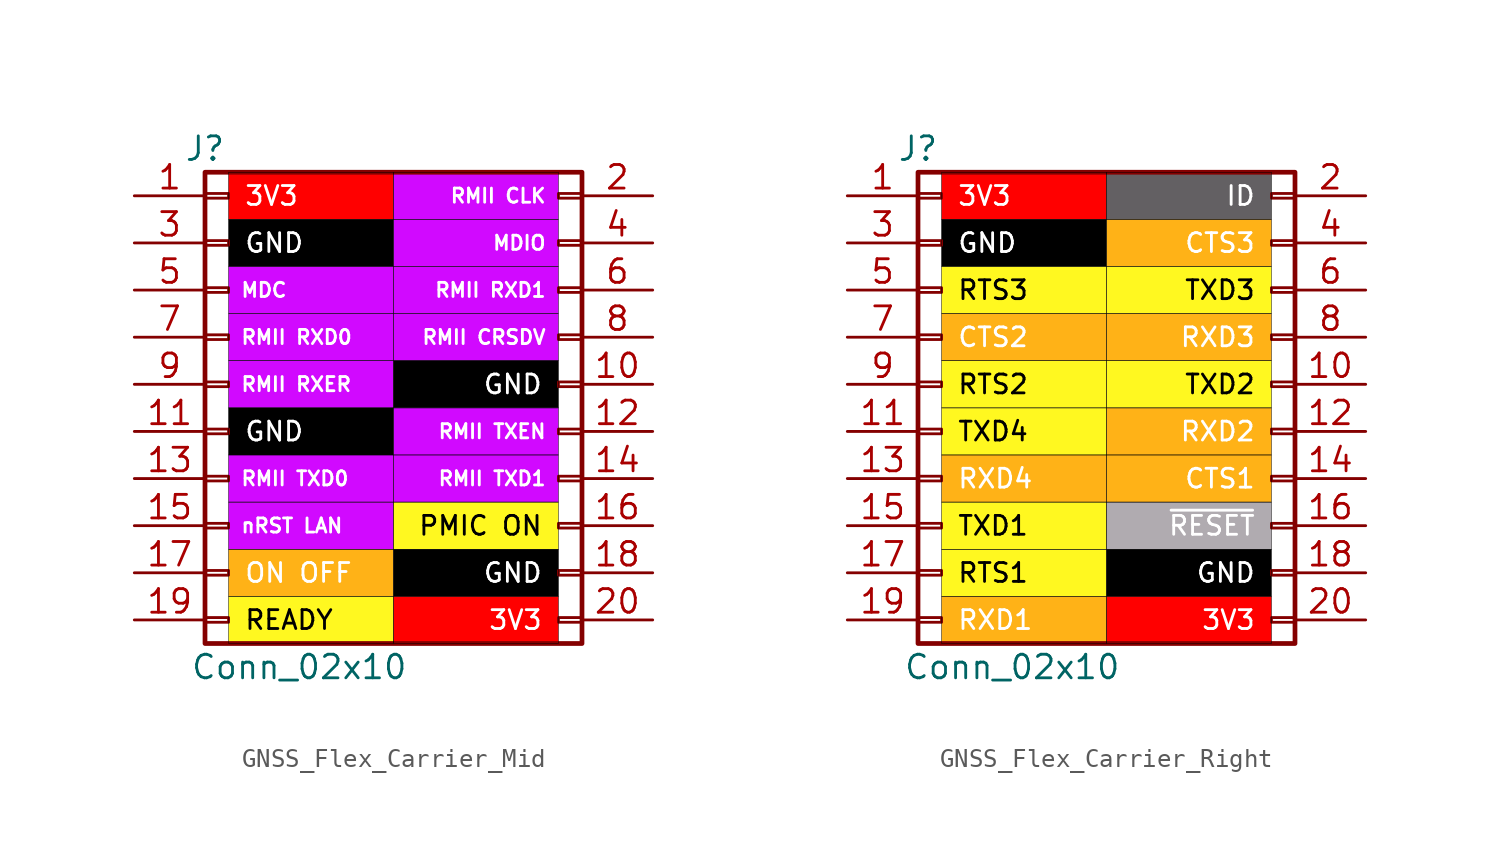
<source format=kicad_sym>
(kicad_symbol_lib
  (version 20241209)
  (generator "kicad_symbol_editor")
  (generator_version "9.0")
  (symbol "GNSS_Flex_Carrier_Mid"
    (pin_names
      (offset 1.016)
      (hide yes))
    (property "Reference" "J"
      (at -10.16 12.7 0)
      (effects (font (size 1.27 1.27))))
    (property "Value" "Conn_02x10"
      (at -5.08 -15.24 0)
      (effects (font (size 1.27 1.27))))
    (symbol "GNSS_Flex_Carrier_Mid_1_1"
      (rectangle (start -10.16 11.43) (end 10.16 -13.97) (stroke (width 0.254) (type default)) (fill (type none)))
      (rectangle (start -10.16 10.287) (end -8.89 10.033) (stroke (width 0.152) (type default)) (fill (type none)))
      (rectangle (start -10.16 7.747) (end -8.89 7.493) (stroke (width 0.152) (type default)) (fill (type none)))
      (rectangle (start -10.16 5.207) (end -8.89 4.953) (stroke (width 0.152) (type default)) (fill (type none)))
      (rectangle (start -10.16 2.667) (end -8.89 2.413) (stroke (width 0.152) (type default)) (fill (type none)))
      (rectangle (start -10.16 0.127) (end -8.89 -0.127) (stroke (width 0.152) (type default)) (fill (type none)))
      (rectangle (start -10.16 -2.413) (end -8.89 -2.667) (stroke (width 0.152) (type default)) (fill (type none)))
      (rectangle (start -10.16 -4.953) (end -8.89 -5.207) (stroke (width 0.152) (type default)) (fill (type none)))
      (rectangle (start -10.16 -7.493) (end -8.89 -7.747) (stroke (width 0.152) (type default)) (fill (type none)))
      (rectangle (start -10.16 -10.033) (end -8.89 -10.287) (stroke (width 0.152) (type default)) (fill (type none)))
      (rectangle (start -10.16 -12.573) (end -8.89 -12.827) (stroke (width 0.152) (type default)) (fill (type none)))
      (rectangle (start 8.89 10.287) (end 10.16 10.033) (stroke (width 0.152) (type default)) (fill (type none)))
      (rectangle (start 8.89 7.747) (end 10.16 7.493) (stroke (width 0.152) (type default)) (fill (type none)))
      (rectangle (start 8.89 5.207) (end 10.16 4.953) (stroke (width 0.152) (type default)) (fill (type none)))
      (rectangle (start 8.89 2.667) (end 10.16 2.413) (stroke (width 0.152) (type default)) (fill (type none)))
      (rectangle (start 8.89 0.127) (end 10.16 -0.127) (stroke (width 0.152) (type default)) (fill (type none)))
      (rectangle (start 8.89 -2.413) (end 10.16 -2.667) (stroke (width 0.152) (type default)) (fill (type none)))
      (rectangle (start 8.89 -4.953) (end 10.16 -5.207) (stroke (width 0.152) (type default)) (fill (type none)))
      (rectangle (start 8.89 -7.493) (end 10.16 -7.747) (stroke (width 0.152) (type default)) (fill (type none)))
      (rectangle (start 8.89 -10.033) (end 10.16 -10.287) (stroke (width 0.152) (type default)) (fill (type none)))
      (rectangle (start 8.89 -12.573) (end 10.16 -12.827) (stroke (width 0.152) (type default)) (fill (type none)))
      (text_box "3V3" (at -8.89 11.43 0) (size 8.89 -2.54) (margins 0.813 0.813 0.813 0.813) (stroke (width 0.025) (type default) (color 0 0 1 1)) (fill (type color) (color 255 0 0 1)) (effects (font (size 1.016 1.016) (color 255 255 255 1)) (justify left)))
      (text_box "GND" (at -8.89 8.89 0) (size 8.89 -2.54) (margins 0.813 0.813 0.813 0.813) (stroke (width 0.025) (type default) (color 0 0 1 1)) (fill (type color) (color 0 0 0 1)) (effects (font (size 1.016 1.016) (color 255 255 255 1)) (justify left)))
      (text_box "MDC" (at -8.89 6.35 0) (size 8.89 -2.54) (margins 0.61 0.61 0.61 0.61) (stroke (width 0.025) (type default) (color 0 0 1 1)) (fill (type color) (color 209 9 255 1)) (effects (font (size 0.762 0.762) (color 255 255 255 1)) (justify left)))
      (text_box "RMII RXD0" (at -8.89 3.81 0) (size 8.89 -2.54) (margins 0.61 0.61 0.61 0.61) (stroke (width 0.025) (type default) (color 0 0 1 1)) (fill (type color) (color 209 9 255 1)) (effects (font (size 0.762 0.762) (color 255 255 255 1)) (justify left)))
      (text_box "RMII RXER" (at -8.89 1.27 0) (size 8.89 -2.54) (margins 0.61 0.61 0.61 0.61) (stroke (width 0.025) (type default) (color 0 0 1 1)) (fill (type color) (color 209 9 255 1)) (effects (font (size 0.762 0.762) (color 255 255 255 1)) (justify left)))
      (text_box "GND" (at -8.89 -1.27 0) (size 8.89 -2.54) (margins 0.813 0.813 0.813 0.813) (stroke (width 0.025) (type default) (color 0 0 1 1)) (fill (type color) (color 0 0 0 1)) (effects (font (size 1.016 1.016) (color 255 255 255 1)) (justify left)))
      (text_box "RMII TXD0" (at -8.89 -3.81 0) (size 8.89 -2.54) (margins 0.61 0.61 0.61 0.61) (stroke (width 0.025) (type default) (color 0 0 1 1)) (fill (type color) (color 209 9 255 1)) (effects (font (size 0.762 0.762) (color 255 255 255 1)) (justify left)))
      (text_box "nRST LAN" (at -8.89 -6.35 0) (size 8.89 -2.54) (margins 0.61 0.61 0.61 0.61) (stroke (width 0.025) (type default) (color 0 0 1 1)) (fill (type color) (color 209 9 255 1)) (effects (font (size 0.762 0.762) (color 255 255 255 1)) (justify left)))
      (text_box "ON OFF" (at -8.89 -8.89 0) (size 8.89 -2.54) (margins 0.813 0.813 0.813 0.813) (stroke (width 0.025) (type default) (color 0 0 1 1)) (fill (type color) (color 255 178 23 1)) (effects (font (size 1.016 1.016) (color 255 255 255 1)) (justify left)))
      (text_box "READY" (at -8.89 -11.43 0) (size 8.89 -2.54) (margins 0.813 0.813 0.813 0.813) (stroke (width 0.025) (type default) (color 0 0 1 1)) (fill (type color) (color 255 248 32 1)) (effects (font (size 1.016 1.016) (color 0 0 0 1)) (justify left)))
      (text_box "RMII CLK" (at 0 11.43 0) (size 8.89 -2.54) (margins 0.61 0.61 0.61 0.61) (stroke (width 0.025) (type default) (color 0 0 1 1)) (fill (type color) (color 209 9 255 1)) (effects (font (size 0.762 0.762) (color 255 255 255 1)) (justify right)))
      (text_box "MDIO" (at 0 8.89 0) (size 8.89 -2.54) (margins 0.61 0.61 0.61 0.61) (stroke (width 0.025) (type default) (color 0 0 1 1)) (fill (type color) (color 209 9 255 1)) (effects (font (size 0.762 0.762) (color 255 255 255 1)) (justify right)))
      (text_box "RMII RXD1" (at 0 6.35 0) (size 8.89 -2.54) (margins 0.61 0.61 0.61 0.61) (stroke (width 0.025) (type default) (color 0 0 1 1)) (fill (type color) (color 209 9 255 1)) (effects (font (size 0.762 0.762) (color 255 255 255 1)) (justify right)))
      (text_box "RMII CRSDV" (at 0 3.81 0) (size 8.89 -2.54) (margins 0.61 0.61 0.61 0.61) (stroke (width 0.025) (type default) (color 0 0 1 1)) (fill (type color) (color 209 9 255 1)) (effects (font (size 0.762 0.762) (color 255 255 255 1)) (justify right)))
      (text_box "GND" (at 0 1.27 0) (size 8.89 -2.54) (margins 0.813 0.813 0.813 0.813) (stroke (width 0.025) (type default) (color 0 0 1 1)) (fill (type color) (color 0 0 0 1)) (effects (font (size 1.016 1.016) (color 255 255 255 1)) (justify right)))
      (text_box "RMII TXEN" (at 0 -1.27 0) (size 8.89 -2.54) (margins 0.61 0.61 0.61 0.61) (stroke (width 0.025) (type default) (color 0 0 1 1)) (fill (type color) (color 209 9 255 1)) (effects (font (size 0.762 0.762) (color 255 255 255 1)) (justify right)))
      (text_box "RMII TXD1" (at 0 -3.81 0) (size 8.89 -2.54) (margins 0.61 0.61 0.61 0.61) (stroke (width 0.025) (type default) (color 0 0 1 1)) (fill (type color) (color 209 9 255 1)) (effects (font (size 0.762 0.762) (color 255 255 255 1)) (justify right)))
      (text_box "PMIC ON" (at 0 -6.35 0) (size 8.89 -2.54) (margins 0.813 0.813 0.813 0.813) (stroke (width 0.025) (type default) (color 0 0 1 1)) (fill (type color) (color 255 248 32 1)) (effects (font (size 1.016 1.016) (color 0 0 0 1)) (justify right)))
      (text_box "GND" (at 0 -8.89 0) (size 8.89 -2.54) (margins 0.813 0.813 0.813 0.813) (stroke (width 0.025) (type default) (color 0 0 1 1)) (fill (type color) (color 0 0 0 1)) (effects (font (size 1.016 1.016) (color 255 255 255 1)) (justify right)))
      (text_box "3V3" (at 0 -11.43 0) (size 8.89 -2.54) (margins 0.813 0.813 0.813 0.813) (stroke (width 0.025) (type default) (color 0 0 1 1)) (fill (type color) (color 255 0 0 1)) (effects (font (size 1.016 1.016) (color 255 255 255 1)) (justify right)))
      (pin passive line (at -13.97 10.16 0) (length 3.81) (name "Pin_1" (effects (font (size 1.27 1.27)))) (number "1" (effects (font (size 1.27 1.27)))))
      (pin passive line (at -13.97 7.62 0) (length 3.81) (name "Pin_3" (effects (font (size 1.27 1.27)))) (number "3" (effects (font (size 1.27 1.27)))))
      (pin passive line (at -13.97 5.08 0) (length 3.81) (name "Pin_5" (effects (font (size 1.27 1.27)))) (number "5" (effects (font (size 1.27 1.27)))))
      (pin passive line (at -13.97 2.54 0) (length 3.81) (name "Pin_7" (effects (font (size 1.27 1.27)))) (number "7" (effects (font (size 1.27 1.27)))))
      (pin passive line (at -13.97 0 0) (length 3.81) (name "Pin_9" (effects (font (size 1.27 1.27)))) (number "9" (effects (font (size 1.27 1.27)))))
      (pin passive line (at -13.97 -2.54 0) (length 3.81) (name "Pin_11" (effects (font (size 1.27 1.27)))) (number "11" (effects (font (size 1.27 1.27)))))
      (pin passive line (at -13.97 -5.08 0) (length 3.81) (name "Pin_13" (effects (font (size 1.27 1.27)))) (number "13" (effects (font (size 1.27 1.27)))))
      (pin passive line (at -13.97 -7.62 0) (length 3.81) (name "Pin_15" (effects (font (size 1.27 1.27)))) (number "15" (effects (font (size 1.27 1.27)))))
      (pin passive line (at -13.97 -10.16 0) (length 3.81) (name "Pin_17" (effects (font (size 1.27 1.27)))) (number "17" (effects (font (size 1.27 1.27)))))
      (pin passive line (at -13.97 -12.7 0) (length 3.81) (name "Pin_19" (effects (font (size 1.27 1.27)))) (number "19" (effects (font (size 1.27 1.27)))))
      (pin passive line (at 13.97 10.16 180) (length 3.81) (name "Pin_2" (effects (font (size 1.27 1.27)))) (number "2" (effects (font (size 1.27 1.27)))))
      (pin passive line (at 13.97 7.62 180) (length 3.81) (name "Pin_4" (effects (font (size 1.27 1.27)))) (number "4" (effects (font (size 1.27 1.27)))))
      (pin passive line (at 13.97 5.08 180) (length 3.81) (name "Pin_6" (effects (font (size 1.27 1.27)))) (number "6" (effects (font (size 1.27 1.27)))))
      (pin passive line (at 13.97 2.54 180) (length 3.81) (name "Pin_8" (effects (font (size 1.27 1.27)))) (number "8" (effects (font (size 1.27 1.27)))))
      (pin passive line (at 13.97 0 180) (length 3.81) (name "Pin_10" (effects (font (size 1.27 1.27)))) (number "10" (effects (font (size 1.27 1.27)))))
      (pin passive line (at 13.97 -2.54 180) (length 3.81) (name "Pin_12" (effects (font (size 1.27 1.27)))) (number "12" (effects (font (size 1.27 1.27)))))
      (pin passive line (at 13.97 -5.08 180) (length 3.81) (name "Pin_14" (effects (font (size 1.27 1.27)))) (number "14" (effects (font (size 1.27 1.27)))))
      (pin passive line (at 13.97 -7.62 180) (length 3.81) (name "Pin_16" (effects (font (size 1.27 1.27)))) (number "16" (effects (font (size 1.27 1.27)))))
      (pin passive line (at 13.97 -10.16 180) (length 3.81) (name "Pin_18" (effects (font (size 1.27 1.27)))) (number "18" (effects (font (size 1.27 1.27)))))
      (pin passive line (at 13.97 -12.7 180) (length 3.81) (name "Pin_20" (effects (font (size 1.27 1.27)))) (number "20" (effects (font (size 1.27 1.27)))))))
  (symbol "GNSS_Flex_Carrier_Right"
    (pin_names
      (offset 1.016)
      (hide yes))
    (property "Reference" "J"
      (at -10.16 12.7 0)
      (effects (font (size 1.27 1.27))))
    (property "Value" "Conn_02x10"
      (at -5.08 -15.24 0)
      (effects (font (size 1.27 1.27))))
    (symbol "GNSS_Flex_Carrier_Right_1_1"
      (rectangle (start -10.16 11.43) (end 10.16 -13.97) (stroke (width 0.254) (type default)) (fill (type none)))
      (rectangle (start -10.16 10.287) (end -8.89 10.033) (stroke (width 0.152) (type default)) (fill (type none)))
      (rectangle (start -10.16 7.747) (end -8.89 7.493) (stroke (width 0.152) (type default)) (fill (type none)))
      (rectangle (start -10.16 5.207) (end -8.89 4.953) (stroke (width 0.152) (type default)) (fill (type none)))
      (rectangle (start -10.16 2.667) (end -8.89 2.413) (stroke (width 0.152) (type default)) (fill (type none)))
      (rectangle (start -10.16 0.127) (end -8.89 -0.127) (stroke (width 0.152) (type default)) (fill (type none)))
      (rectangle (start -10.16 -2.413) (end -8.89 -2.667) (stroke (width 0.152) (type default)) (fill (type none)))
      (rectangle (start -10.16 -4.953) (end -8.89 -5.207) (stroke (width 0.152) (type default)) (fill (type none)))
      (rectangle (start -10.16 -7.493) (end -8.89 -7.747) (stroke (width 0.152) (type default)) (fill (type none)))
      (rectangle (start -10.16 -10.033) (end -8.89 -10.287) (stroke (width 0.152) (type default)) (fill (type none)))
      (rectangle (start -10.16 -12.573) (end -8.89 -12.827) (stroke (width 0.152) (type default)) (fill (type none)))
      (rectangle (start 8.89 10.287) (end 10.16 10.033) (stroke (width 0.152) (type default)) (fill (type none)))
      (rectangle (start 8.89 7.747) (end 10.16 7.493) (stroke (width 0.152) (type default)) (fill (type none)))
      (rectangle (start 8.89 5.207) (end 10.16 4.953) (stroke (width 0.152) (type default)) (fill (type none)))
      (rectangle (start 8.89 2.667) (end 10.16 2.413) (stroke (width 0.152) (type default)) (fill (type none)))
      (rectangle (start 8.89 0.127) (end 10.16 -0.127) (stroke (width 0.152) (type default)) (fill (type none)))
      (rectangle (start 8.89 -2.413) (end 10.16 -2.667) (stroke (width 0.152) (type default)) (fill (type none)))
      (rectangle (start 8.89 -4.953) (end 10.16 -5.207) (stroke (width 0.152) (type default)) (fill (type none)))
      (rectangle (start 8.89 -7.493) (end 10.16 -7.747) (stroke (width 0.152) (type default)) (fill (type none)))
      (rectangle (start 8.89 -10.033) (end 10.16 -10.287) (stroke (width 0.152) (type default)) (fill (type none)))
      (rectangle (start 8.89 -12.573) (end 10.16 -12.827) (stroke (width 0.152) (type default)) (fill (type none)))
      (text_box "3V3" (at -8.89 11.43 0) (size 8.89 -2.54) (margins 0.813 0.813 0.813 0.813) (stroke (width 0.025) (type default) (color 0 0 1 1)) (fill (type color) (color 255 0 0 1)) (effects (font (size 1.016 1.016) (color 255 255 255 1)) (justify left)))
      (text_box "GND" (at -8.89 8.89 0) (size 8.89 -2.54) (margins 0.813 0.813 0.813 0.813) (stroke (width 0.025) (type default) (color 0 0 1 1)) (fill (type color) (color 0 0 0 1)) (effects (font (size 1.016 1.016) (color 255 255 255 1)) (justify left)))
      (text_box "RTS3" (at -8.89 6.35 0) (size 8.89 -2.54) (margins 0.813 0.813 0.813 0.813) (stroke (width 0.025) (type default) (color 0 0 1 1)) (fill (type color) (color 255 248 32 1)) (effects (font (size 1.016 1.016) (color 0 0 0 1)) (justify left)))
      (text_box "CTS2" (at -8.89 3.81 0) (size 8.89 -2.54) (margins 0.813 0.813 0.813 0.813) (stroke (width 0.025) (type default) (color 0 0 1 1)) (fill (type color) (color 255 178 23 1)) (effects (font (size 1.016 1.016) (color 255 255 255 1)) (justify left)))
      (text_box "RTS2" (at -8.89 1.27 0) (size 8.89 -2.54) (margins 0.813 0.813 0.813 0.813) (stroke (width 0.025) (type default) (color 0 0 1 1)) (fill (type color) (color 255 248 32 1)) (effects (font (size 1.016 1.016) (color 0 0 0 1)) (justify left)))
      (text_box "TXD4" (at -8.89 -1.27 0) (size 8.89 -2.54) (margins 0.813 0.813 0.813 0.813) (stroke (width 0.025) (type default) (color 0 0 1 1)) (fill (type color) (color 255 248 32 1)) (effects (font (size 1.016 1.016) (color 0 0 0 1)) (justify left)))
      (text_box "RXD4" (at -8.89 -3.81 0) (size 8.89 -2.54) (margins 0.813 0.813 0.813 0.813) (stroke (width 0.025) (type default) (color 0 0 1 1)) (fill (type color) (color 255 178 23 1)) (effects (font (size 1.016 1.016) (color 255 255 255 1)) (justify left)))
      (text_box "TXD1" (at -8.89 -6.35 0) (size 8.89 -2.54) (margins 0.813 0.813 0.813 0.813) (stroke (width 0.025) (type default) (color 0 0 1 1)) (fill (type color) (color 255 248 32 1)) (effects (font (size 1.016 1.016) (color 0 0 0 1)) (justify left)))
      (text_box "RTS1" (at -8.89 -8.89 0) (size 8.89 -2.54) (margins 0.813 0.813 0.813 0.813) (stroke (width 0.025) (type default) (color 0 0 1 1)) (fill (type color) (color 255 248 32 1)) (effects (font (size 1.016 1.016) (color 0 0 0 1)) (justify left)))
      (text_box "RXD1" (at -8.89 -11.43 0) (size 8.89 -2.54) (margins 0.813 0.813 0.813 0.813) (stroke (width 0.025) (type default) (color 0 0 1 1)) (fill (type color) (color 255 178 23 1)) (effects (font (size 1.016 1.016) (color 255 255 255 1)) (justify left)))
      (text_box "ID" (at 0 11.43 0) (size 8.89 -2.54) (margins 0.813 0.813 0.813 0.813) (stroke (width 0.025) (type default) (color 0 0 1 1)) (fill (type color) (color 99 96 99 1)) (effects (font (size 1.016 1.016) (color 255 255 255 1)) (justify right)))
      (text_box "CTS3" (at 0 8.89 0) (size 8.89 -2.54) (margins 0.813 0.813 0.813 0.813) (stroke (width 0.025) (type default) (color 0 0 1 1)) (fill (type color) (color 255 178 23 1)) (effects (font (size 1.016 1.016) (color 255 255 255 1)) (justify right)))
      (text_box "TXD3" (at 0 6.35 0) (size 8.89 -2.54) (margins 0.813 0.813 0.813 0.813) (stroke (width 0.025) (type default) (color 0 0 1 1)) (fill (type color) (color 255 248 32 1)) (effects (font (size 1.016 1.016) (color 0 0 0 1)) (justify right)))
      (text_box "RXD3" (at 0 3.81 0) (size 8.89 -2.54) (margins 0.813 0.813 0.813 0.813) (stroke (width 0.025) (type default) (color 0 0 1 1)) (fill (type color) (color 255 178 23 1)) (effects (font (size 1.016 1.016) (color 255 255 255 1)) (justify right)))
      (text_box "TXD2" (at 0 1.27 0) (size 8.89 -2.54) (margins 0.813 0.813 0.813 0.813) (stroke (width 0.025) (type default) (color 0 0 1 1)) (fill (type color) (color 255 248 32 1)) (effects (font (size 1.016 1.016) (color 0 0 0 1)) (justify right)))
      (text_box "RXD2" (at 0 -1.27 0) (size 8.89 -2.54) (margins 0.813 0.813 0.813 0.813) (stroke (width 0.025) (type default) (color 0 0 1 1)) (fill (type color) (color 255 178 23 1)) (effects (font (size 1.016 1.016) (color 255 255 255 1)) (justify right)))
      (text_box "CTS1" (at 0 -3.81 0) (size 8.89 -2.54) (margins 0.813 0.813 0.813 0.813) (stroke (width 0.025) (type default) (color 0 0 1 1)) (fill (type color) (color 255 178 23 1)) (effects (font (size 1.016 1.016) (color 255 255 255 1)) (justify right)))
      (text_box "~{RESET}" (at 0 -6.35 0) (size 8.89 -2.54) (margins 0.813 0.813 0.813 0.813) (stroke (width 0.025) (type default) (color 0 0 1 1)) (fill (type color) (color 176 171 176 1)) (effects (font (size 1.016 1.016) (color 255 255 255 1)) (justify right)))
      (text_box "GND" (at 0 -8.89 0) (size 8.89 -2.54) (margins 0.813 0.813 0.813 0.813) (stroke (width 0.025) (type default) (color 0 0 1 1)) (fill (type color) (color 0 0 0 1)) (effects (font (size 1.016 1.016) (color 255 255 255 1)) (justify right)))
      (text_box "3V3" (at 0 -11.43 0) (size 8.89 -2.54) (margins 0.813 0.813 0.813 0.813) (stroke (width 0.025) (type default) (color 0 0 1 1)) (fill (type color) (color 255 0 0 1)) (effects (font (size 1.016 1.016) (color 255 255 255 1)) (justify right)))
      (pin passive line (at -13.97 10.16 0) (length 3.81) (name "Pin_1" (effects (font (size 1.27 1.27)))) (number "1" (effects (font (size 1.27 1.27)))))
      (pin passive line (at -13.97 7.62 0) (length 3.81) (name "Pin_3" (effects (font (size 1.27 1.27)))) (number "3" (effects (font (size 1.27 1.27)))))
      (pin passive line (at -13.97 5.08 0) (length 3.81) (name "Pin_5" (effects (font (size 1.27 1.27)))) (number "5" (effects (font (size 1.27 1.27)))))
      (pin passive line (at -13.97 2.54 0) (length 3.81) (name "Pin_7" (effects (font (size 1.27 1.27)))) (number "7" (effects (font (size 1.27 1.27)))))
      (pin passive line (at -13.97 0 0) (length 3.81) (name "Pin_9" (effects (font (size 1.27 1.27)))) (number "9" (effects (font (size 1.27 1.27)))))
      (pin passive line (at -13.97 -2.54 0) (length 3.81) (name "Pin_11" (effects (font (size 1.27 1.27)))) (number "11" (effects (font (size 1.27 1.27)))))
      (pin passive line (at -13.97 -5.08 0) (length 3.81) (name "Pin_13" (effects (font (size 1.27 1.27)))) (number "13" (effects (font (size 1.27 1.27)))))
      (pin passive line (at -13.97 -7.62 0) (length 3.81) (name "Pin_15" (effects (font (size 1.27 1.27)))) (number "15" (effects (font (size 1.27 1.27)))))
      (pin passive line (at -13.97 -10.16 0) (length 3.81) (name "Pin_17" (effects (font (size 1.27 1.27)))) (number "17" (effects (font (size 1.27 1.27)))))
      (pin passive line (at -13.97 -12.7 0) (length 3.81) (name "Pin_19" (effects (font (size 1.27 1.27)))) (number "19" (effects (font (size 1.27 1.27)))))
      (pin passive line (at 13.97 10.16 180) (length 3.81) (name "Pin_2" (effects (font (size 1.27 1.27)))) (number "2" (effects (font (size 1.27 1.27)))))
      (pin passive line (at 13.97 7.62 180) (length 3.81) (name "Pin_4" (effects (font (size 1.27 1.27)))) (number "4" (effects (font (size 1.27 1.27)))))
      (pin passive line (at 13.97 5.08 180) (length 3.81) (name "Pin_6" (effects (font (size 1.27 1.27)))) (number "6" (effects (font (size 1.27 1.27)))))
      (pin passive line (at 13.97 2.54 180) (length 3.81) (name "Pin_8" (effects (font (size 1.27 1.27)))) (number "8" (effects (font (size 1.27 1.27)))))
      (pin passive line (at 13.97 0 180) (length 3.81) (name "Pin_10" (effects (font (size 1.27 1.27)))) (number "10" (effects (font (size 1.27 1.27)))))
      (pin passive line (at 13.97 -2.54 180) (length 3.81) (name "Pin_12" (effects (font (size 1.27 1.27)))) (number "12" (effects (font (size 1.27 1.27)))))
      (pin passive line (at 13.97 -5.08 180) (length 3.81) (name "Pin_14" (effects (font (size 1.27 1.27)))) (number "14" (effects (font (size 1.27 1.27)))))
      (pin passive line (at 13.97 -7.62 180) (length 3.81) (name "Pin_16" (effects (font (size 1.27 1.27)))) (number "16" (effects (font (size 1.27 1.27)))))
      (pin passive line (at 13.97 -10.16 180) (length 3.81) (name "Pin_18" (effects (font (size 1.27 1.27)))) (number "18" (effects (font (size 1.27 1.27)))))
      (pin passive line (at 13.97 -12.7 180) (length 3.81) (name "Pin_20" (effects (font (size 1.27 1.27)))) (number "20" (effects (font (size 1.27 1.27))))))))
</source>
